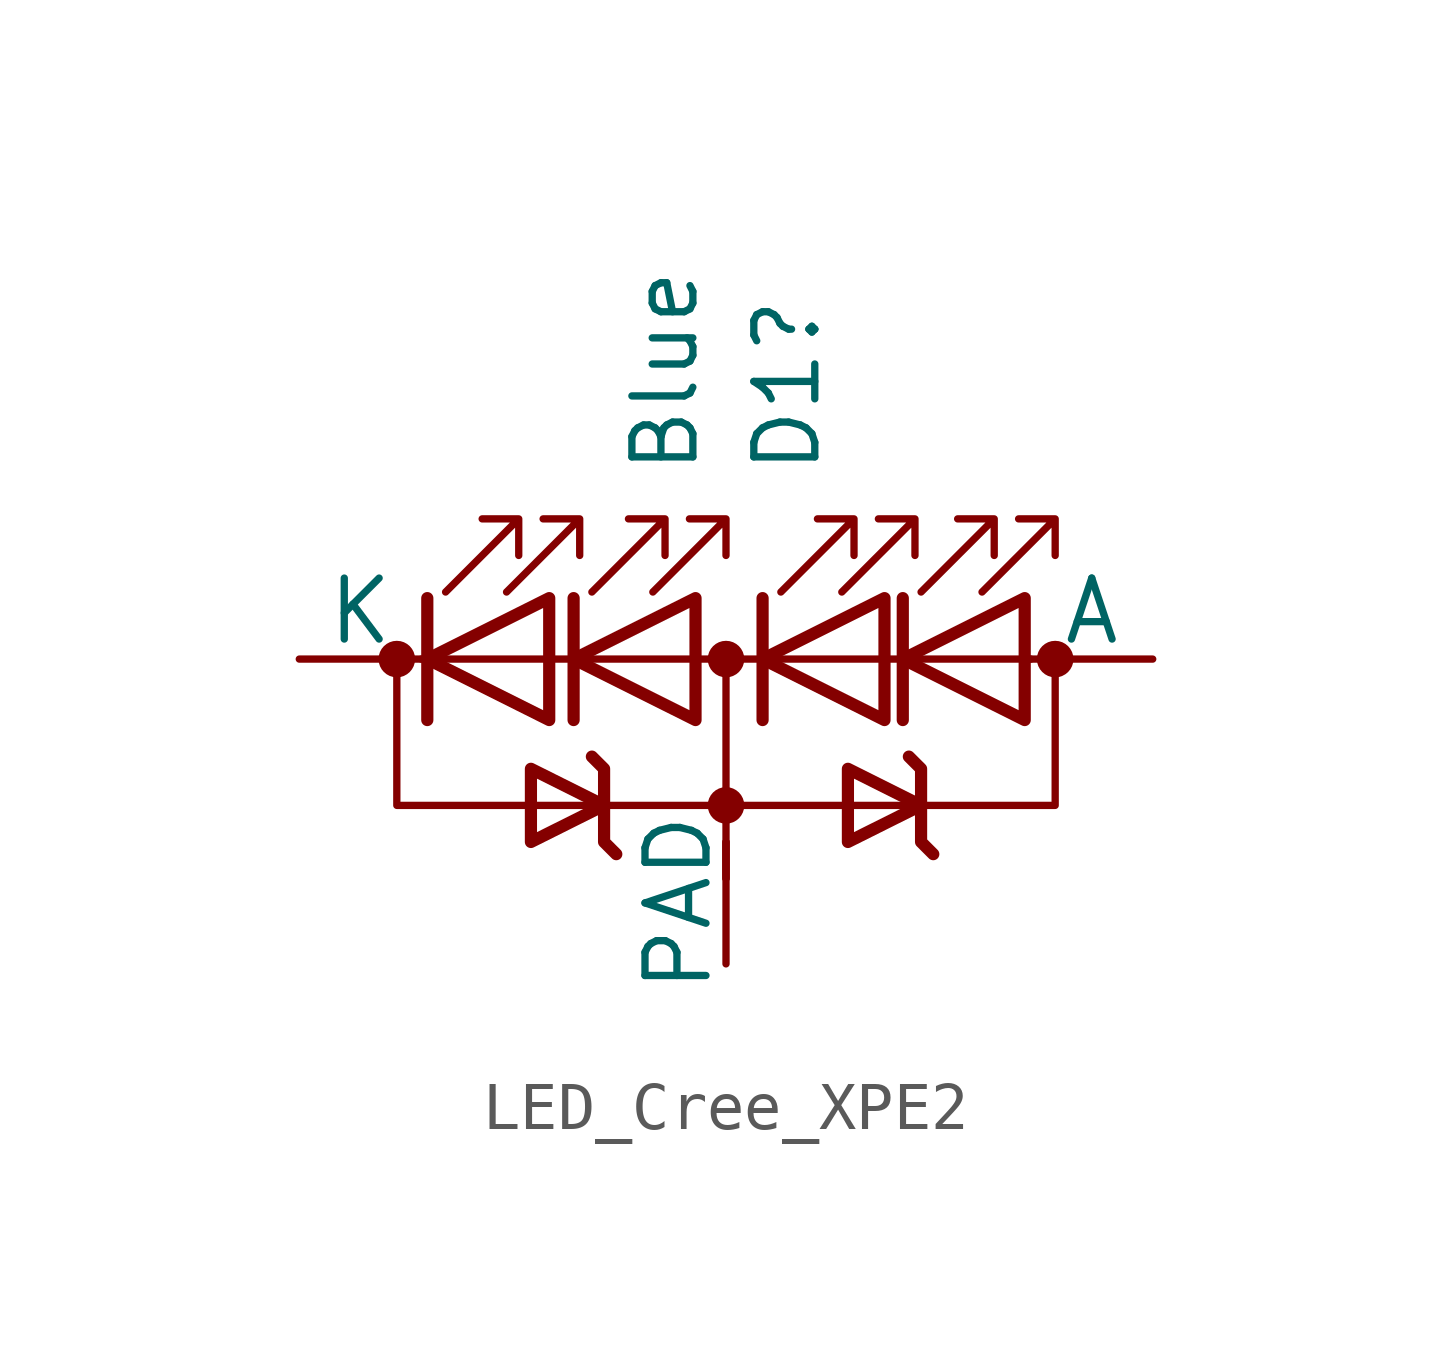
<source format=kicad_sym>
(kicad_symbol_lib
  (version 20231120)
  (generator "kicad_symbol_editor")
  (generator_version "8.0")
  (symbol "LED_Cree_XPE2"
    (pin_numbers hide)
    (pin_names
      (offset 0))
    (property "Reference" "D1"
      (at 1.27 3.81 90)
      (effects (font (size 1.27 1.27)) (justify left)))
    (property "Value" "Blue"
      (at -1.27 3.81 90)
      (effects (font (size 1.27 1.27)) (justify left)))
    (symbol "LED_Cree_XPE2_0_1"
      (circle (center -6.858 0) (radius 0.254) (stroke (width 0.254) (type default)) (fill (type outline)))
      (circle (center 0 -3.048) (radius 0.254) (stroke (width 0.254) (type default)) (fill (type outline)))
      (polyline (pts (xy -6.35 0) (xy 6.35 0)) (stroke (width 0) (type default)) (fill (type none)))
      (polyline (pts (xy -6.223 -1.27) (xy -6.223 1.27)) (stroke (width 0.254) (type default)) (fill (type none)))
      (polyline (pts (xy -3.175 -1.27) (xy -3.175 1.27)) (stroke (width 0.254) (type default)) (fill (type none)))
      (polyline (pts (xy 0 -3.81) (xy 0 -4.572)) (stroke (width 0) (type default)) (fill (type none)))
      (polyline (pts (xy 0 0) (xy 0 -4.572)) (stroke (width 0) (type default)) (fill (type none)))
      (polyline (pts (xy 0.762 -1.27) (xy 0.762 1.27)) (stroke (width 0.254) (type default)) (fill (type none)))
      (polyline (pts (xy 3.683 -1.27) (xy 3.683 1.27)) (stroke (width 0.254) (type default)) (fill (type none)))
      (polyline (pts (xy -6.858 0) (xy -6.858 -3.048) (xy 6.858 -3.048) (xy 6.858 0)) (stroke (width 0) (type default)) (fill (type none)))
      (polyline (pts (xy -3.683 -1.27) (xy -3.683 1.27) (xy -6.223 0) (xy -3.683 -1.27)) (stroke (width 0.254) (type default)) (fill (type none)))
      (polyline (pts (xy -2.286 -4.064) (xy -2.54 -3.81) (xy -2.54 -2.286) (xy -2.794 -2.032)) (stroke (width 0.254) (type default)) (fill (type none)))
      (polyline (pts (xy -0.635 -1.27) (xy -0.635 1.27) (xy -3.175 0) (xy -0.635 -1.27)) (stroke (width 0.254) (type default)) (fill (type none)))
      (polyline (pts (xy 3.302 -1.27) (xy 3.302 1.27) (xy 0.762 0) (xy 3.302 -1.27)) (stroke (width 0.254) (type default)) (fill (type none)))
      (polyline (pts (xy 4.318 -4.064) (xy 4.064 -3.81) (xy 4.064 -2.286) (xy 3.81 -2.032)) (stroke (width 0.254) (type default)) (fill (type none)))
      (polyline (pts (xy 6.223 -1.27) (xy 6.223 1.27) (xy 3.683 0) (xy 6.223 -1.27)) (stroke (width 0.254) (type default)) (fill (type none)))
      (polyline (pts (xy -5.842 1.397) (xy -4.318 2.921) (xy -5.08 2.921) (xy -4.318 2.921) (xy -4.318 2.159)) (stroke (width 0) (type default)) (fill (type none)))
      (polyline (pts (xy -4.572 1.397) (xy -3.048 2.921) (xy -3.81 2.921) (xy -3.048 2.921) (xy -3.048 2.159)) (stroke (width 0) (type default)) (fill (type none)))
      (polyline (pts (xy -4.064 -3.81) (xy -4.064 -2.286) (xy -2.54 -3.048) (xy -4.064 -3.81) (xy -4.064 -3.556)) (stroke (width 0.254) (type default)) (fill (type none)))
      (polyline (pts (xy -2.794 1.397) (xy -1.27 2.921) (xy -2.032 2.921) (xy -1.27 2.921) (xy -1.27 2.159)) (stroke (width 0) (type default)) (fill (type none)))
      (polyline (pts (xy -1.524 1.397) (xy 0 2.921) (xy -0.762 2.921) (xy 0 2.921) (xy 0 2.159)) (stroke (width 0) (type default)) (fill (type none)))
      (polyline (pts (xy 1.143 1.397) (xy 2.667 2.921) (xy 1.905 2.921) (xy 2.667 2.921) (xy 2.667 2.159)) (stroke (width 0) (type default)) (fill (type none)))
      (polyline (pts (xy 2.413 1.397) (xy 3.937 2.921) (xy 3.175 2.921) (xy 3.937 2.921) (xy 3.937 2.159)) (stroke (width 0) (type default)) (fill (type none)))
      (polyline (pts (xy 2.54 -3.81) (xy 2.54 -2.286) (xy 4.064 -3.048) (xy 2.54 -3.81) (xy 2.54 -3.556)) (stroke (width 0.254) (type default)) (fill (type none)))
      (polyline (pts (xy 4.064 1.397) (xy 5.588 2.921) (xy 4.826 2.921) (xy 5.588 2.921) (xy 5.588 2.159)) (stroke (width 0) (type default)) (fill (type none)))
      (polyline (pts (xy 5.334 1.397) (xy 6.858 2.921) (xy 6.096 2.921) (xy 6.858 2.921) (xy 6.858 2.159)) (stroke (width 0) (type default)) (fill (type none)))
      (circle (center 0 0) (radius 0.254) (stroke (width 0.254) (type default)) (fill (type outline)))
      (circle (center 6.858 0) (radius 0.254) (stroke (width 0.254) (type default)) (fill (type outline))))
    (symbol "LED_Cree_XPE2_1_1"
      (pin passive line (at -8.89 0 0) (length 2.54) (name "K" (effects (font (size 1.27 1.27)))) (number "1" (effects (font (size 1.27 1.27)))))
      (pin passive line (at 8.89 0 180) (length 2.54) (name "A" (effects (font (size 1.27 1.27)))) (number "2" (effects (font (size 1.27 1.27)))))
      (pin passive line (at 0 -6.35 90) (length 2.54) (name "PAD" (effects (font (size 1.27 1.27)))) (number "3" (effects (font (size 1.27 1.27))))))))
</source>
